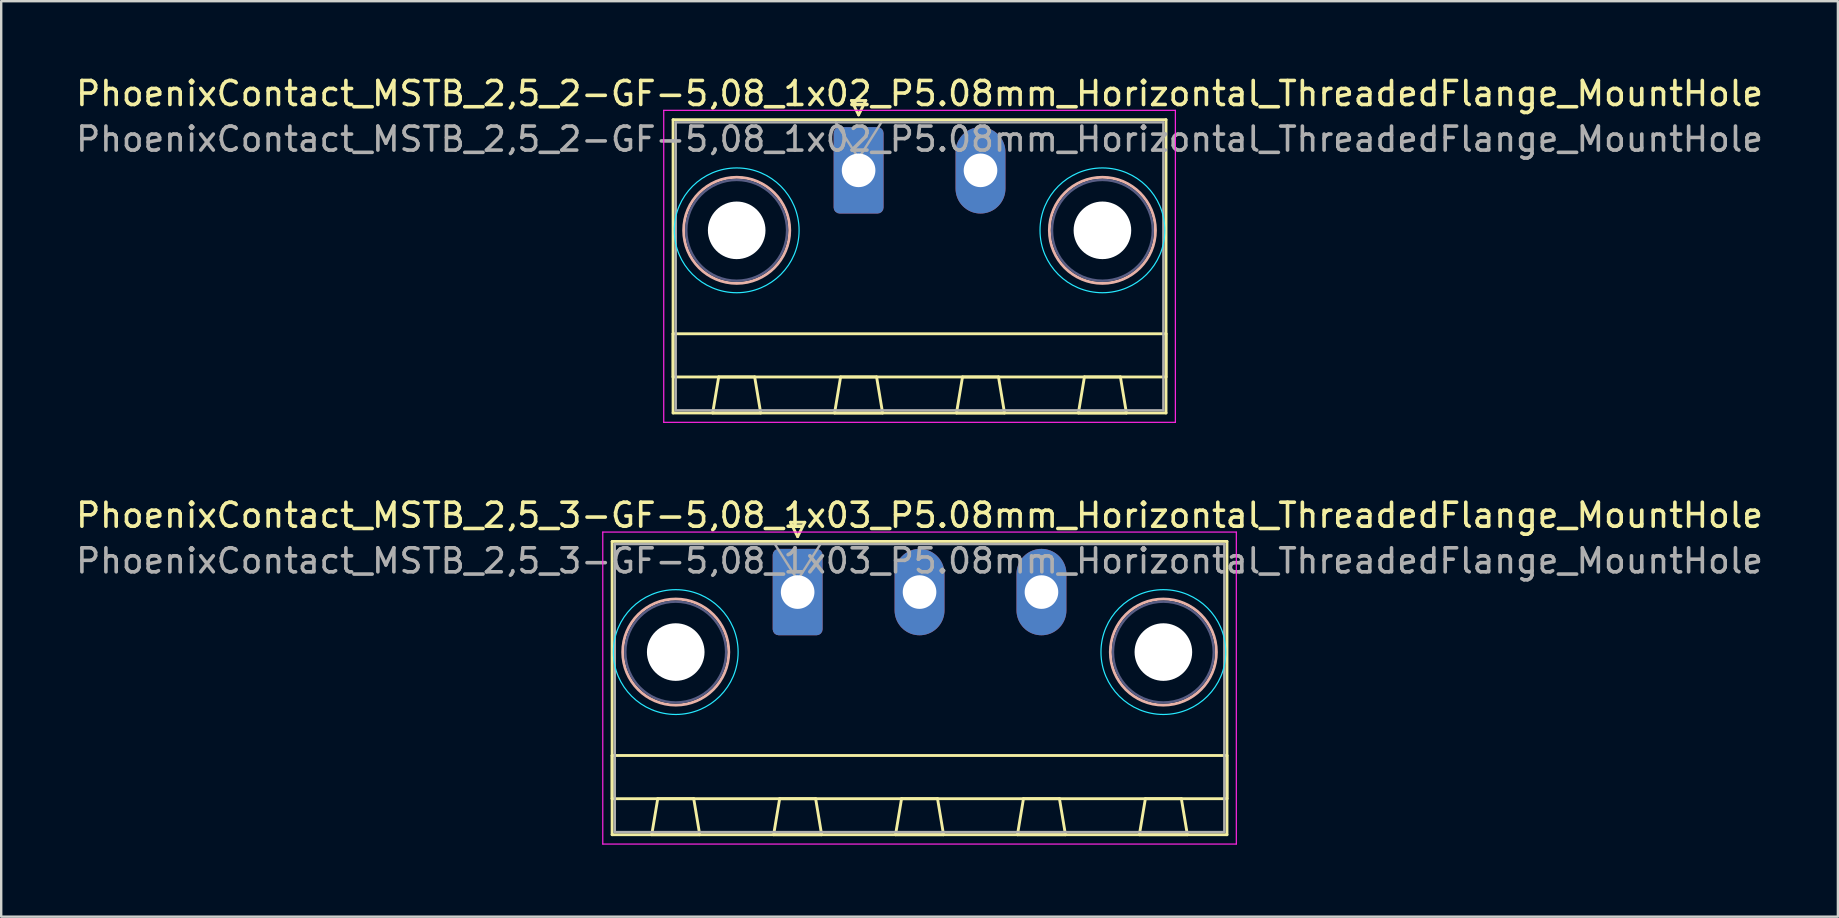
<source format=kicad_pcb>
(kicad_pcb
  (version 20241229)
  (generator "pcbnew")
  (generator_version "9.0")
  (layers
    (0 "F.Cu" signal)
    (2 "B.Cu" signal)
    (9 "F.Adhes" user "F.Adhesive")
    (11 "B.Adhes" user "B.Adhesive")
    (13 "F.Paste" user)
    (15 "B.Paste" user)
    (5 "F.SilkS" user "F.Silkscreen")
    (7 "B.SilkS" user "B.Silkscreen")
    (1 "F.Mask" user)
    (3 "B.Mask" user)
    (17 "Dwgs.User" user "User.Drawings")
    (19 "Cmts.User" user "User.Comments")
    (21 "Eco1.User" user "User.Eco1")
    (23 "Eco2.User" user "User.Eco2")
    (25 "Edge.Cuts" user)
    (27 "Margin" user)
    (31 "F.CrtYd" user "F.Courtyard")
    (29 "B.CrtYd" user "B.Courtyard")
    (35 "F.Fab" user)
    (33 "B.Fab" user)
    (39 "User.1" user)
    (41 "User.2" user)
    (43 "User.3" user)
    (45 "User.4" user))
  (footprint "PhoenixContact_MSTB_2,5_3-GF-5,08_1x03_P5.08mm_Horizontal_ThreadedFlange_MountHole"
    (layer "F.Cu")
    (at 30.188 21.622)
    (property "Reference" "PhoenixContact_MSTB_2,5_3-GF-5,08_1x03_P5.08mm_Horizontal_ThreadedFlange_MountHole" (at 5.08 -3.2 0) (layer "F.SilkS") (effects (font (size 1 1) (thickness 0.15))))
    (attr through_hole)
    (fp_line (start -7.73 -2.11) (end -7.73 10.11) (stroke (width 0.12) (type solid)) (layer "F.SilkS"))
    (fp_line (start -7.73 6.81) (end 17.89 6.81) (stroke (width 0.12) (type solid)) (layer "F.SilkS"))
    (fp_line (start -7.73 8.61) (end -7.73 6.81) (stroke (width 0.12) (type solid)) (layer "F.SilkS"))
    (fp_line (start -7.73 10.11) (end 17.89 10.11) (stroke (width 0.12) (type solid)) (layer "F.SilkS"))
    (fp_line (start -6.08 10.11) (end -4.08 10.11) (stroke (width 0.12) (type solid)) (layer "F.SilkS"))
    (fp_line (start -5.83 8.61) (end -6.08 10.11) (stroke (width 0.12) (type solid)) (layer "F.SilkS"))
    (fp_line (start -4.33 8.61) (end -5.83 8.61) (stroke (width 0.12) (type solid)) (layer "F.SilkS"))
    (fp_line (start -4.08 10.11) (end -4.33 8.61) (stroke (width 0.12) (type solid)) (layer "F.SilkS"))
    (fp_line (start -1 10.11) (end 1 10.11) (stroke (width 0.12) (type solid)) (layer "F.SilkS"))
    (fp_line (start -0.75 8.61) (end -1 10.11) (stroke (width 0.12) (type solid)) (layer "F.SilkS"))
    (fp_line (start -0.3 -2.91) (end 0.3 -2.91) (stroke (width 0.12) (type solid)) (layer "F.SilkS"))
    (fp_line (start 0 -2.31) (end -0.3 -2.91) (stroke (width 0.12) (type solid)) (layer "F.SilkS"))
    (fp_line (start 0.3 -2.91) (end 0 -2.31) (stroke (width 0.12) (type solid)) (layer "F.SilkS"))
    (fp_line (start 0.75 8.61) (end -0.75 8.61) (stroke (width 0.12) (type solid)) (layer "F.SilkS"))
    (fp_line (start 1 10.11) (end 0.75 8.61) (stroke (width 0.12) (type solid)) (layer "F.SilkS"))
    (fp_line (start 4.08 10.11) (end 6.08 10.11) (stroke (width 0.12) (type solid)) (layer "F.SilkS"))
    (fp_line (start 4.33 8.61) (end 4.08 10.11) (stroke (width 0.12) (type solid)) (layer "F.SilkS"))
    (fp_line (start 5.83 8.61) (end 4.33 8.61) (stroke (width 0.12) (type solid)) (layer "F.SilkS"))
    (fp_line (start 6.08 10.11) (end 5.83 8.61) (stroke (width 0.12) (type solid)) (layer "F.SilkS"))
    (fp_line (start 9.16 10.11) (end 11.16 10.11) (stroke (width 0.12) (type solid)) (layer "F.SilkS"))
    (fp_line (start 9.41 8.61) (end 9.16 10.11) (stroke (width 0.12) (type solid)) (layer "F.SilkS"))
    (fp_line (start 10.91 8.61) (end 9.41 8.61) (stroke (width 0.12) (type solid)) (layer "F.SilkS"))
    (fp_line (start 11.16 10.11) (end 10.91 8.61) (stroke (width 0.12) (type solid)) (layer "F.SilkS"))
    (fp_line (start 14.24 10.11) (end 16.24 10.11) (stroke (width 0.12) (type solid)) (layer "F.SilkS"))
    (fp_line (start 14.49 8.61) (end 14.24 10.11) (stroke (width 0.12) (type solid)) (layer "F.SilkS"))
    (fp_line (start 15.99 8.61) (end 14.49 8.61) (stroke (width 0.12) (type solid)) (layer "F.SilkS"))
    (fp_line (start 16.24 10.11) (end 15.99 8.61) (stroke (width 0.12) (type solid)) (layer "F.SilkS"))
    (fp_line (start 17.89 -2.11) (end -7.73 -2.11) (stroke (width 0.12) (type solid)) (layer "F.SilkS"))
    (fp_line (start 17.89 6.81) (end 17.89 8.61) (stroke (width 0.12) (type solid)) (layer "F.SilkS"))
    (fp_line (start 17.89 8.61) (end -7.73 8.61) (stroke (width 0.12) (type solid)) (layer "F.SilkS"))
    (fp_line (start 17.89 10.11) (end 17.89 -2.11) (stroke (width 0.12) (type solid)) (layer "F.SilkS"))
    (fp_circle (center -5.08 2.5) (end -2.87 2.5) (stroke (width 0.12) (type solid)) (fill no) (layer "B.SilkS"))
    (fp_circle (center 15.24 2.5) (end 17.45 2.5) (stroke (width 0.12) (type solid)) (fill no) (layer "B.SilkS"))
    (fp_circle (center -5.08 2.5) (end -2.48 2.5) (stroke (width 0.05) (type solid)) (fill no) (layer "B.CrtYd"))
    (fp_circle (center 15.24 2.5) (end 17.84 2.5) (stroke (width 0.05) (type solid)) (fill no) (layer "B.CrtYd"))
    (fp_line (start -8.12 -2.5) (end -8.12 10.5) (stroke (width 0.05) (type solid)) (layer "F.CrtYd"))
    (fp_line (start -8.12 10.5) (end 18.28 10.5) (stroke (width 0.05) (type solid)) (layer "F.CrtYd"))
    (fp_line (start 18.28 -2.5) (end -8.12 -2.5) (stroke (width 0.05) (type solid)) (layer "F.CrtYd"))
    (fp_line (start 18.28 10.5) (end 18.28 -2.5) (stroke (width 0.05) (type solid)) (layer "F.CrtYd"))
    (fp_circle (center -5.08 2.5) (end -2.98 2.5) (stroke (width 0.1) (type solid)) (fill no) (layer "B.Fab"))
    (fp_circle (center 15.24 2.5) (end 17.34 2.5) (stroke (width 0.1) (type solid)) (fill no) (layer "B.Fab"))
    (fp_line (start -7.62 -2) (end -7.62 10) (stroke (width 0.1) (type solid)) (layer "F.Fab"))
    (fp_line (start -7.62 10) (end 17.78 10) (stroke (width 0.1) (type solid)) (layer "F.Fab"))
    (fp_line (start 0 -0.5) (end -0.95 -2) (stroke (width 0.1) (type solid)) (layer "F.Fab"))
    (fp_line (start 0.95 -2) (end 0 -0.5) (stroke (width 0.1) (type solid)) (layer "F.Fab"))
    (fp_line (start 17.78 -2) (end -7.62 -2) (stroke (width 0.1) (type solid)) (layer "F.Fab"))
    (fp_line (start 17.78 10) (end 17.78 -2) (stroke (width 0.1) (type solid)) (layer "F.Fab"))
    (fp_text user "${REFERENCE}" (at 5.08 -1.3 0) (layer "F.Fab") (effects (font (size 1 1) (thickness 0.15))))
    (pad "" np_thru_hole circle (at -5.08 2.5) (size 2.4 2.4) (drill 2.4) (layers "*.Cu" "*.Mask"))
    (pad "" np_thru_hole circle (at 15.24 2.5) (size 2.4 2.4) (drill 2.4) (layers "*.Cu" "*.Mask"))
    (pad "1" thru_hole roundrect (at 0 0) (size 2.08 3.6) (drill 1.4) (layers "*.Cu" "*.Mask") (roundrect_rratio 0.12))
    (pad "2" thru_hole oval (at 5.08 0) (size 2.08 3.6) (drill 1.4) (layers "*.Cu" "*.Mask"))
    (pad "3" thru_hole oval (at 10.16 0) (size 2.08 3.6) (drill 1.4) (layers "*.Cu" "*.Mask")))
  (footprint "PhoenixContact_MSTB_2,5_2-GF-5,08_1x02_P5.08mm_Horizontal_ThreadedFlange_MountHole"
    (layer "F.Cu")
    (at 32.728 4.048)
    (property "Reference" "PhoenixContact_MSTB_2,5_2-GF-5,08_1x02_P5.08mm_Horizontal_ThreadedFlange_MountHole" (at 2.54 -3.2 0) (layer "F.SilkS") (effects (font (size 1 1) (thickness 0.15))))
    (attr through_hole)
    (fp_line (start -7.73 -2.11) (end -7.73 10.11) (stroke (width 0.12) (type solid)) (layer "F.SilkS"))
    (fp_line (start -7.73 6.81) (end 12.81 6.81) (stroke (width 0.12) (type solid)) (layer "F.SilkS"))
    (fp_line (start -7.73 8.61) (end -7.73 6.81) (stroke (width 0.12) (type solid)) (layer "F.SilkS"))
    (fp_line (start -7.73 10.11) (end 12.81 10.11) (stroke (width 0.12) (type solid)) (layer "F.SilkS"))
    (fp_line (start -6.08 10.11) (end -4.08 10.11) (stroke (width 0.12) (type solid)) (layer "F.SilkS"))
    (fp_line (start -5.83 8.61) (end -6.08 10.11) (stroke (width 0.12) (type solid)) (layer "F.SilkS"))
    (fp_line (start -4.33 8.61) (end -5.83 8.61) (stroke (width 0.12) (type solid)) (layer "F.SilkS"))
    (fp_line (start -4.08 10.11) (end -4.33 8.61) (stroke (width 0.12) (type solid)) (layer "F.SilkS"))
    (fp_line (start -1 10.11) (end 1 10.11) (stroke (width 0.12) (type solid)) (layer "F.SilkS"))
    (fp_line (start -0.75 8.61) (end -1 10.11) (stroke (width 0.12) (type solid)) (layer "F.SilkS"))
    (fp_line (start -0.3 -2.91) (end 0.3 -2.91) (stroke (width 0.12) (type solid)) (layer "F.SilkS"))
    (fp_line (start 0 -2.31) (end -0.3 -2.91) (stroke (width 0.12) (type solid)) (layer "F.SilkS"))
    (fp_line (start 0.3 -2.91) (end 0 -2.31) (stroke (width 0.12) (type solid)) (layer "F.SilkS"))
    (fp_line (start 0.75 8.61) (end -0.75 8.61) (stroke (width 0.12) (type solid)) (layer "F.SilkS"))
    (fp_line (start 1 10.11) (end 0.75 8.61) (stroke (width 0.12) (type solid)) (layer "F.SilkS"))
    (fp_line (start 4.08 10.11) (end 6.08 10.11) (stroke (width 0.12) (type solid)) (layer "F.SilkS"))
    (fp_line (start 4.33 8.61) (end 4.08 10.11) (stroke (width 0.12) (type solid)) (layer "F.SilkS"))
    (fp_line (start 5.83 8.61) (end 4.33 8.61) (stroke (width 0.12) (type solid)) (layer "F.SilkS"))
    (fp_line (start 6.08 10.11) (end 5.83 8.61) (stroke (width 0.12) (type solid)) (layer "F.SilkS"))
    (fp_line (start 9.16 10.11) (end 11.16 10.11) (stroke (width 0.12) (type solid)) (layer "F.SilkS"))
    (fp_line (start 9.41 8.61) (end 9.16 10.11) (stroke (width 0.12) (type solid)) (layer "F.SilkS"))
    (fp_line (start 10.91 8.61) (end 9.41 8.61) (stroke (width 0.12) (type solid)) (layer "F.SilkS"))
    (fp_line (start 11.16 10.11) (end 10.91 8.61) (stroke (width 0.12) (type solid)) (layer "F.SilkS"))
    (fp_line (start 12.81 -2.11) (end -7.73 -2.11) (stroke (width 0.12) (type solid)) (layer "F.SilkS"))
    (fp_line (start 12.81 6.81) (end 12.81 8.61) (stroke (width 0.12) (type solid)) (layer "F.SilkS"))
    (fp_line (start 12.81 8.61) (end -7.73 8.61) (stroke (width 0.12) (type solid)) (layer "F.SilkS"))
    (fp_line (start 12.81 10.11) (end 12.81 -2.11) (stroke (width 0.12) (type solid)) (layer "F.SilkS"))
    (fp_circle (center -5.08 2.5) (end -2.87 2.5) (stroke (width 0.12) (type solid)) (fill no) (layer "B.SilkS"))
    (fp_circle (center 10.16 2.5) (end 12.37 2.5) (stroke (width 0.12) (type solid)) (fill no) (layer "B.SilkS"))
    (fp_circle (center -5.08 2.5) (end -2.48 2.5) (stroke (width 0.05) (type solid)) (fill no) (layer "B.CrtYd"))
    (fp_circle (center 10.16 2.5) (end 12.76 2.5) (stroke (width 0.05) (type solid)) (fill no) (layer "B.CrtYd"))
    (fp_line (start -8.12 -2.5) (end -8.12 10.5) (stroke (width 0.05) (type solid)) (layer "F.CrtYd"))
    (fp_line (start -8.12 10.5) (end 13.2 10.5) (stroke (width 0.05) (type solid)) (layer "F.CrtYd"))
    (fp_line (start 13.2 -2.5) (end -8.12 -2.5) (stroke (width 0.05) (type solid)) (layer "F.CrtYd"))
    (fp_line (start 13.2 10.5) (end 13.2 -2.5) (stroke (width 0.05) (type solid)) (layer "F.CrtYd"))
    (fp_circle (center -5.08 2.5) (end -2.98 2.5) (stroke (width 0.1) (type solid)) (fill no) (layer "B.Fab"))
    (fp_circle (center 10.16 2.5) (end 12.26 2.5) (stroke (width 0.1) (type solid)) (fill no) (layer "B.Fab"))
    (fp_line (start -7.62 -2) (end -7.62 10) (stroke (width 0.1) (type solid)) (layer "F.Fab"))
    (fp_line (start -7.62 10) (end 12.7 10) (stroke (width 0.1) (type solid)) (layer "F.Fab"))
    (fp_line (start 0 -0.5) (end -0.95 -2) (stroke (width 0.1) (type solid)) (layer "F.Fab"))
    (fp_line (start 0.95 -2) (end 0 -0.5) (stroke (width 0.1) (type solid)) (layer "F.Fab"))
    (fp_line (start 12.7 -2) (end -7.62 -2) (stroke (width 0.1) (type solid)) (layer "F.Fab"))
    (fp_line (start 12.7 10) (end 12.7 -2) (stroke (width 0.1) (type solid)) (layer "F.Fab"))
    (fp_text user "${REFERENCE}" (at 2.54 -1.3 0) (layer "F.Fab") (effects (font (size 1 1) (thickness 0.15))))
    (pad "" np_thru_hole circle (at -5.08 2.5) (size 2.4 2.4) (drill 2.4) (layers "*.Cu" "*.Mask"))
    (pad "" np_thru_hole circle (at 10.16 2.5) (size 2.4 2.4) (drill 2.4) (layers "*.Cu" "*.Mask"))
    (pad "1" thru_hole roundrect (at 0 0) (size 2.08 3.6) (drill 1.4) (layers "*.Cu" "*.Mask") (roundrect_rratio 0.12))
    (pad "2" thru_hole oval (at 5.08 0) (size 2.08 3.6) (drill 1.4) (layers "*.Cu" "*.Mask")))
  (gr_rect
    (start -3 -3)
    (end 73.536 35.147)
    (stroke (width 0.1) (type default))
    (fill no)
    (layer "Edge.Cuts")))
</source>
